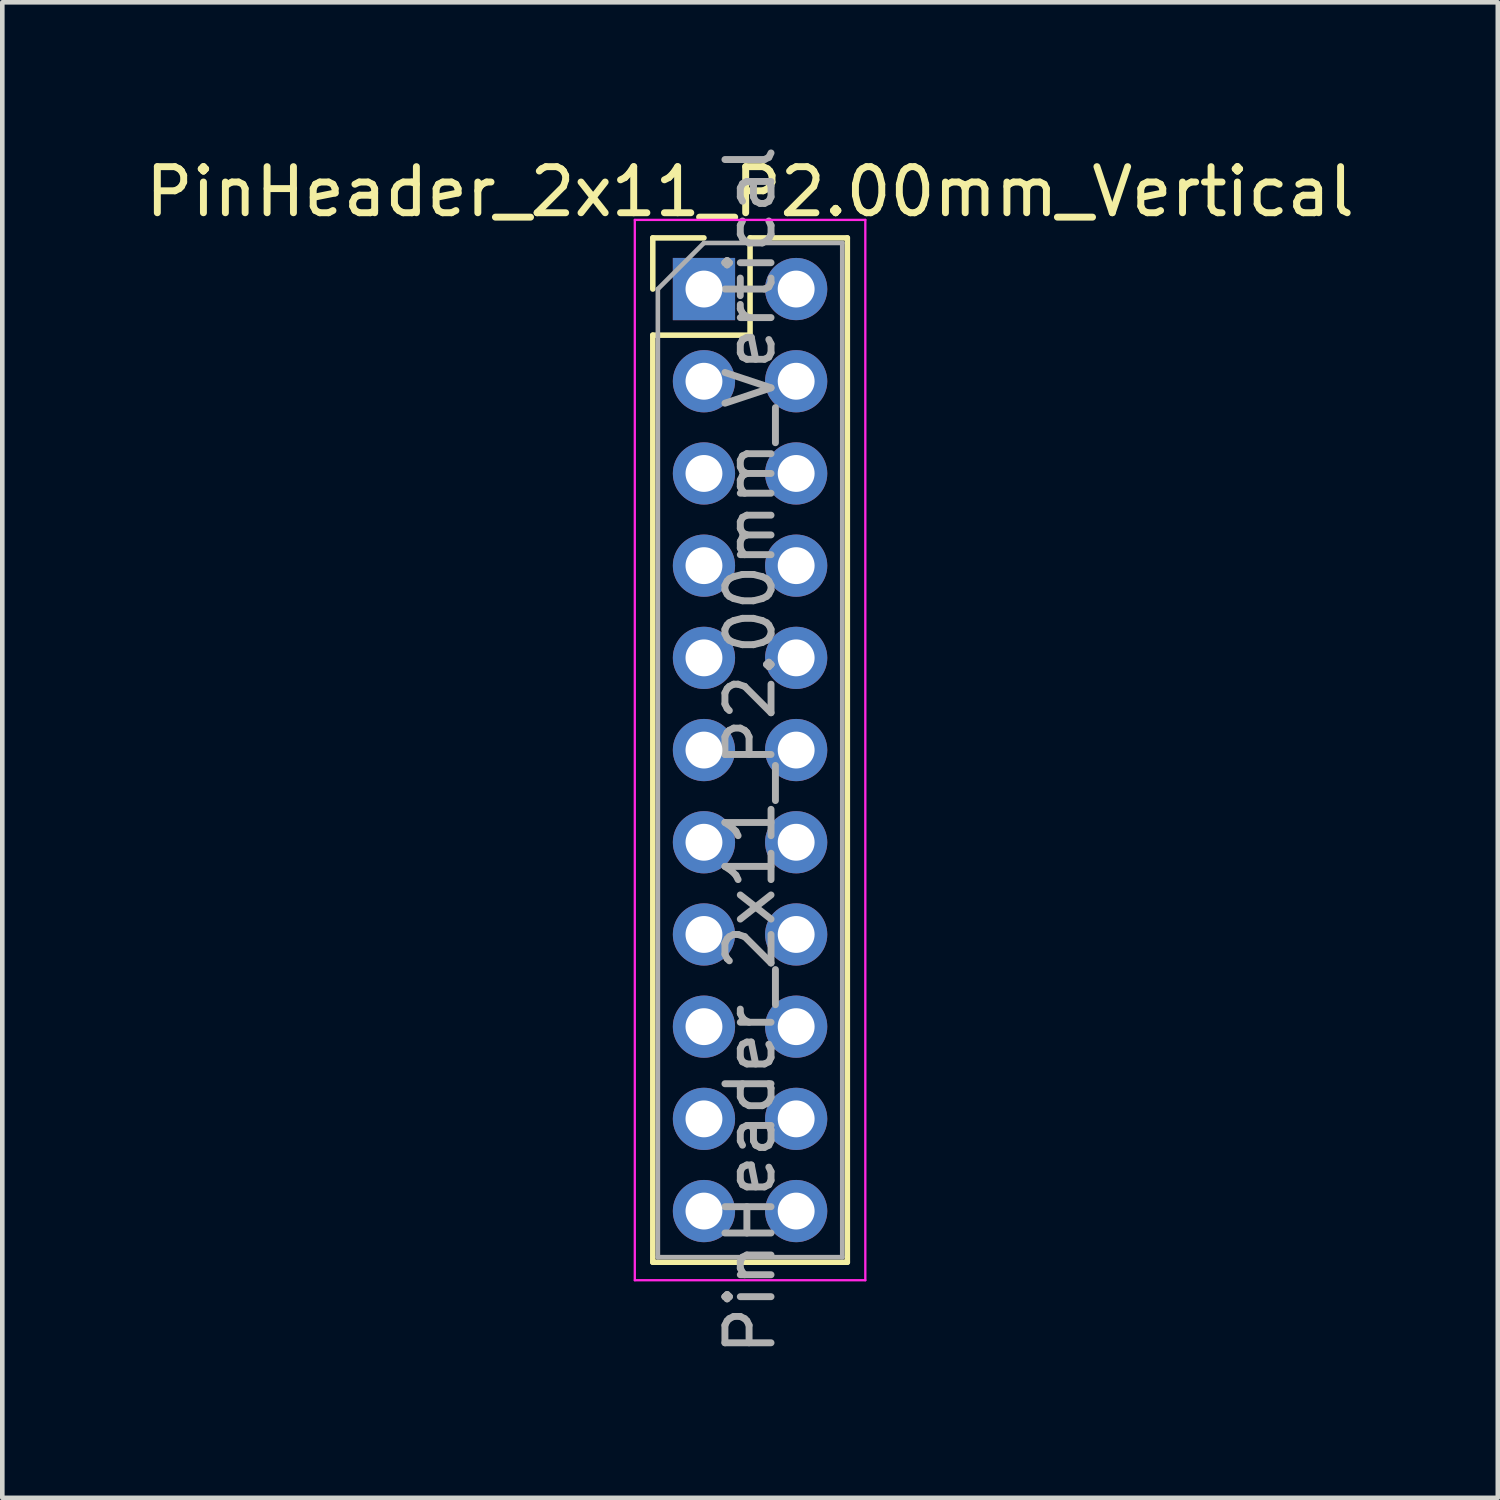
<source format=kicad_pcb>
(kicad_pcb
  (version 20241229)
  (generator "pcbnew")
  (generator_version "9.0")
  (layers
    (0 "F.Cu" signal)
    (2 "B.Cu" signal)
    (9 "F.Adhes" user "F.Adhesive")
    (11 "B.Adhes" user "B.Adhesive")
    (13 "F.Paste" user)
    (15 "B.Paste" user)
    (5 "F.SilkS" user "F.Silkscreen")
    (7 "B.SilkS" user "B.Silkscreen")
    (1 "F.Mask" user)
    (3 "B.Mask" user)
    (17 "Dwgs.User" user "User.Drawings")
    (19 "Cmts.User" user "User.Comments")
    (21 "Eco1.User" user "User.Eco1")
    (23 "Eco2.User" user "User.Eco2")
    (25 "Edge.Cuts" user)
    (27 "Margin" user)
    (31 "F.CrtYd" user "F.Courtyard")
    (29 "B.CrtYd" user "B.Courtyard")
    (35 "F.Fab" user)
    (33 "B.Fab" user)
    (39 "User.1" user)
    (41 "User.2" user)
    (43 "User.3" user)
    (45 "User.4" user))
  (footprint "PinHeader_2x11_P2.00mm_Vertical"
    (layer "F.Cu")
    (at 12.22 3.22)
    (property "Reference" "PinHeader_2x11_P2.00mm_Vertical" (at 1 -2.11 0) (layer "F.SilkS") (effects (font (size 1 1) (thickness 0.15))))
    (attr through_hole)
    (fp_line (start -1.11 -1.11) (end 0 -1.11) (stroke (width 0.12) (type solid)) (layer "F.SilkS"))
    (fp_line (start -1.11 0) (end -1.11 -1.11) (stroke (width 0.12) (type solid)) (layer "F.SilkS"))
    (fp_line (start -1.11 1) (end -1.11 21.11) (stroke (width 0.12) (type solid)) (layer "F.SilkS"))
    (fp_line (start -1.11 1) (end 1 1) (stroke (width 0.12) (type solid)) (layer "F.SilkS"))
    (fp_line (start -1.11 21.11) (end 3.11 21.11) (stroke (width 0.12) (type solid)) (layer "F.SilkS"))
    (fp_line (start 1 -1.11) (end 3.11 -1.11) (stroke (width 0.12) (type solid)) (layer "F.SilkS"))
    (fp_line (start 1 1) (end 1 -1.11) (stroke (width 0.12) (type solid)) (layer "F.SilkS"))
    (fp_line (start 3.11 -1.11) (end 3.11 21.11) (stroke (width 0.12) (type solid)) (layer "F.SilkS"))
    (fp_line (start -1.5 -1.5) (end -1.5 21.5) (stroke (width 0.05) (type solid)) (layer "F.CrtYd"))
    (fp_line (start -1.5 21.5) (end 3.5 21.5) (stroke (width 0.05) (type solid)) (layer "F.CrtYd"))
    (fp_line (start 3.5 -1.5) (end -1.5 -1.5) (stroke (width 0.05) (type solid)) (layer "F.CrtYd"))
    (fp_line (start 3.5 21.5) (end 3.5 -1.5) (stroke (width 0.05) (type solid)) (layer "F.CrtYd"))
    (fp_line (start -1 0) (end 0 -1) (stroke (width 0.1) (type solid)) (layer "F.Fab"))
    (fp_line (start -1 21) (end -1 0) (stroke (width 0.1) (type solid)) (layer "F.Fab"))
    (fp_line (start 0 -1) (end 3 -1) (stroke (width 0.1) (type solid)) (layer "F.Fab"))
    (fp_line (start 3 -1) (end 3 21) (stroke (width 0.1) (type solid)) (layer "F.Fab"))
    (fp_line (start 3 21) (end -1 21) (stroke (width 0.1) (type solid)) (layer "F.Fab"))
    (fp_text user "${REFERENCE}" (at 1 10 90) (layer "F.Fab") (effects (font (size 1 1) (thickness 0.15))))
    (pad "1" thru_hole rect (at 0 0) (size 1.35 1.35) (drill 0.8) (layers "*.Cu" "*.Mask"))
    (pad "2" thru_hole circle (at 2 0) (size 1.35 1.35) (drill 0.8) (layers "*.Cu" "*.Mask"))
    (pad "3" thru_hole circle (at 0 2) (size 1.35 1.35) (drill 0.8) (layers "*.Cu" "*.Mask"))
    (pad "4" thru_hole circle (at 2 2) (size 1.35 1.35) (drill 0.8) (layers "*.Cu" "*.Mask"))
    (pad "5" thru_hole circle (at 0 4) (size 1.35 1.35) (drill 0.8) (layers "*.Cu" "*.Mask"))
    (pad "6" thru_hole circle (at 2 4) (size 1.35 1.35) (drill 0.8) (layers "*.Cu" "*.Mask"))
    (pad "7" thru_hole circle (at 0 6) (size 1.35 1.35) (drill 0.8) (layers "*.Cu" "*.Mask"))
    (pad "8" thru_hole circle (at 2 6) (size 1.35 1.35) (drill 0.8) (layers "*.Cu" "*.Mask"))
    (pad "9" thru_hole circle (at 0 8) (size 1.35 1.35) (drill 0.8) (layers "*.Cu" "*.Mask"))
    (pad "10" thru_hole circle (at 2 8) (size 1.35 1.35) (drill 0.8) (layers "*.Cu" "*.Mask"))
    (pad "11" thru_hole circle (at 0 10) (size 1.35 1.35) (drill 0.8) (layers "*.Cu" "*.Mask"))
    (pad "12" thru_hole circle (at 2 10) (size 1.35 1.35) (drill 0.8) (layers "*.Cu" "*.Mask"))
    (pad "13" thru_hole circle (at 0 12) (size 1.35 1.35) (drill 0.8) (layers "*.Cu" "*.Mask"))
    (pad "14" thru_hole circle (at 2 12) (size 1.35 1.35) (drill 0.8) (layers "*.Cu" "*.Mask"))
    (pad "15" thru_hole circle (at 0 14) (size 1.35 1.35) (drill 0.8) (layers "*.Cu" "*.Mask"))
    (pad "16" thru_hole circle (at 2 14) (size 1.35 1.35) (drill 0.8) (layers "*.Cu" "*.Mask"))
    (pad "17" thru_hole circle (at 0 16) (size 1.35 1.35) (drill 0.8) (layers "*.Cu" "*.Mask"))
    (pad "18" thru_hole circle (at 2 16) (size 1.35 1.35) (drill 0.8) (layers "*.Cu" "*.Mask"))
    (pad "19" thru_hole circle (at 0 18) (size 1.35 1.35) (drill 0.8) (layers "*.Cu" "*.Mask"))
    (pad "20" thru_hole circle (at 2 18) (size 1.35 1.35) (drill 0.8) (layers "*.Cu" "*.Mask"))
    (pad "21" thru_hole circle (at 0 20) (size 1.35 1.35) (drill 0.8) (layers "*.Cu" "*.Mask"))
    (pad "22" thru_hole circle (at 2 20) (size 1.35 1.35) (drill 0.8) (layers "*.Cu" "*.Mask")))
  (gr_rect
    (start -3 -3)
    (end 29.44 29.44)
    (stroke (width 0.1) (type default))
    (fill no)
    (layer "Edge.Cuts")))
</source>
